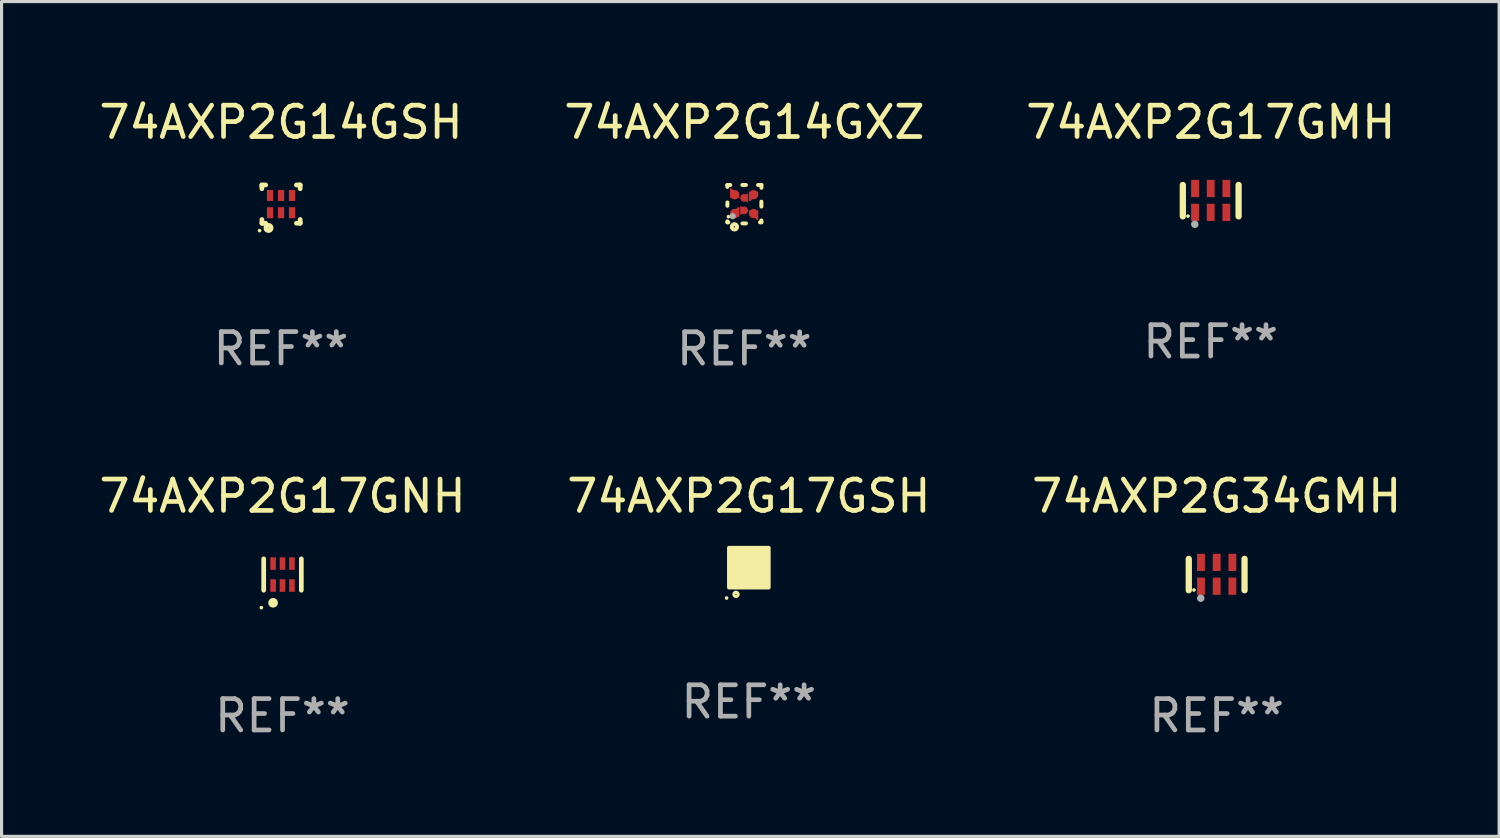
<source format=kicad_pcb>
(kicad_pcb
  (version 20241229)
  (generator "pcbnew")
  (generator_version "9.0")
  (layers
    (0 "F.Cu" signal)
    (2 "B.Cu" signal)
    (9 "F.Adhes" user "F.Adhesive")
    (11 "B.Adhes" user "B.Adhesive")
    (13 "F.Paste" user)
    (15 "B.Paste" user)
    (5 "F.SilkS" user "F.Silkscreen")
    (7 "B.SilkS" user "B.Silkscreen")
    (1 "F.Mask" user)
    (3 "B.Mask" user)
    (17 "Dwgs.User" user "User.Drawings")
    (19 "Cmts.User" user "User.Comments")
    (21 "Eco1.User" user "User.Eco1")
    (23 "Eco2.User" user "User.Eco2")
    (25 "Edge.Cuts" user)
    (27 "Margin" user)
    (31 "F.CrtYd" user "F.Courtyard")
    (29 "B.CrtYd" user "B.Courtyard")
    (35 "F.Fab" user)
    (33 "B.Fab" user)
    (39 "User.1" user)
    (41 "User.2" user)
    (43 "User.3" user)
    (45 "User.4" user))
  (footprint "74AXP2G14GXZ"
    (layer "F.Cu")
    (at 20.685 3.461)
    (property "Reference" "74AXP2G14GXZ" (at 0 -2.613 0) (layer "F.SilkS") (effects (font (size 1 1) (thickness 0.15))))
    (attr through_hole)
    (fp_line (start -0.542 -0.613) (end -0.451 -0.613) (stroke (width 0.127) (type solid)) (layer "F.SilkS"))
    (fp_line (start -0.542 -0.55) (end -0.542 -0.613) (stroke (width 0.127) (type solid)) (layer "F.SilkS"))
    (fp_line (start -0.542 0.05) (end -0.542 -0.055) (stroke (width 0.127) (type solid)) (layer "F.SilkS"))
    (fp_line (start -0.542 0.577) (end -0.542 0.545) (stroke (width 0.127) (type solid)) (layer "F.SilkS"))
    (fp_line (start -0.512 0.577) (end -0.542 0.577) (stroke (width 0.127) (type solid)) (layer "F.SilkS"))
    (fp_line (start -0.064 -0.613) (end 0.049 -0.613) (stroke (width 0.127) (type solid)) (layer "F.SilkS"))
    (fp_line (start -0.062 0.613) (end 0.051 0.613) (stroke (width 0.127) (type solid)) (layer "F.SilkS"))
    (fp_line (start 0.436 -0.613) (end 0.542 -0.613) (stroke (width 0.127) (type solid)) (layer "F.SilkS"))
    (fp_line (start 0.542 -0.613) (end 0.542 -0.524) (stroke (width 0.127) (type solid)) (layer "F.SilkS"))
    (fp_line (start 0.542 -0.081) (end 0.542 0.076) (stroke (width 0.127) (type solid)) (layer "F.SilkS"))
    (fp_line (start 0.542 0.519) (end 0.542 0.577) (stroke (width 0.127) (type solid)) (layer "F.SilkS"))
    (fp_line (start 0.542 0.577) (end 0.497 0.577) (stroke (width 0.127) (type solid)) (layer "F.SilkS"))
    (fp_circle (center -0.508 0.397) (end -0.478 0.397) (stroke (width 0.06) (type solid)) (fill no) (layer "F.SilkS"))
    (fp_circle (center -0.317 0.723) (end -0.296 0.723) (stroke (width 0.127) (type solid)) (fill no) (layer "F.SilkS"))
    (fp_circle (center -0.373 0.382) (end -0.322 0.382) (stroke (width 0.1) (type solid)) (fill no) (layer "F.Fab"))
    (fp_text user "REF**" (at 0 4.613 0) (layer "F.Fab") (effects (font (size 1 1) (thickness 0.15))))
    (pad "1" smd custom (at -0.308 0.298 90) (size 0.3 0.3) (layers "F.Cu" "F.Mask" "F.Paste") (options (anchor circle)) (primitives (gr_poly (pts (xy -0.1 0.15) (xy 0.2 0.15) (xy 0.2 0.1) (xy -0.05 -0.15) (xy -0.1 -0.15)) (width 0) (fill yes))))
    (pad "2" smd custom (at -0.008 0.197 90) (size 0.25 0.3) (layers "F.Cu" "F.Mask" "F.Paste") (options (anchor circle)) (primitives (gr_poly (pts (xy -0.15 -0.125) (xy 0.15 -0.125) (xy 0.000076 0.125)) (width 0) (fill yes))))
    (pad "3" smd custom (at 0.292 0.298 90) (size 0.3 0.3) (layers "F.Cu" "F.Mask" "F.Paste") (options (anchor circle)) (primitives (gr_poly (pts (xy 0.1 0.15) (xy 0.1 -0.15) (xy 0.05 -0.15) (xy -0.2 0.1) (xy -0.2 0.15)) (width 0) (fill yes))))
    (pad "4" smd custom (at 0.292 -0.302 90) (size 0.3 0.3) (layers "F.Cu" "F.Mask" "F.Paste") (options (anchor circle)) (primitives (gr_poly (pts (xy 0.1 -0.15) (xy -0.2 -0.15) (xy -0.2 -0.1) (xy 0.05 0.15) (xy 0.1 0.15)) (width 0) (fill yes))))
    (pad "5" smd custom (at -0.008 -0.202 90) (size 0.25 0.3) (layers "F.Cu" "F.Mask" "F.Paste") (options (anchor circle)) (primitives (gr_poly (pts (xy -0.15 0.125) (xy 0.15 0.125) (xy 0.000051 -0.125)) (width 0) (fill yes))))
    (pad "6" smd custom (at -0.308 -0.302 90) (size 0.3 0.3) (layers "F.Cu" "F.Mask" "F.Paste") (options (anchor circle)) (primitives (gr_poly (pts (xy -0.1 -0.15) (xy 0.2 -0.15) (xy 0.2 -0.1) (xy -0.05 0.15) (xy -0.1 0.15)) (width 0) (fill yes)))))
  (footprint "74AXP2G17GNH"
    (layer "F.Cu")
    (at 5.958 15.27)
    (property "Reference" "74AXP2G17GNH" (at 0 -2.5 0) (layer "F.SilkS") (effects (font (size 1 1) (thickness 0.15))))
    (attr through_hole)
    (fp_line (start -0.6 -0.5) (end -0.6 0.5) (stroke (width 0.15) (type solid)) (layer "F.SilkS"))
    (fp_line (start 0.6 0.5) (end 0.6 -0.5) (stroke (width 0.15) (type solid)) (layer "F.SilkS"))
    (fp_circle (center -0.675 1.055) (end -0.645 1.055) (stroke (width 0.06) (type solid)) (fill no) (layer "F.SilkS"))
    (fp_circle (center -0.3 0.9) (end -0.22 0.9) (stroke (width 0.15) (type solid)) (fill no) (layer "F.SilkS"))
    (fp_text user "REF**" (at 0 4.5 0) (layer "F.Fab") (effects (font (size 1 1) (thickness 0.15))))
    (pad "1" smd rect (at -0.3 0.35) (size 0.18 0.4) (layers "F.Cu" "F.Mask" "F.Paste"))
    (pad "2" smd rect (at 0.000025 0.35) (size 0.18 0.4) (layers "F.Cu" "F.Mask" "F.Paste"))
    (pad "3" smd rect (at 0.3 0.35) (size 0.18 0.4) (layers "F.Cu" "F.Mask" "F.Paste"))
    (pad "4" smd rect (at 0.3 -0.35) (size 0.18 0.4) (layers "F.Cu" "F.Mask" "F.Paste"))
    (pad "5" smd rect (at 0.000025 -0.35) (size 0.18 0.4) (layers "F.Cu" "F.Mask" "F.Paste"))
    (pad "6" smd rect (at -0.3 -0.35) (size 0.18 0.4) (layers "F.Cu" "F.Mask" "F.Paste")))
  (footprint "74AXP2G34GMH"
    (layer "F.Cu")
    (at 35.744 15.27)
    (property "Reference" "74AXP2G34GMH" (at 0 -2.5 0) (layer "F.SilkS") (effects (font (size 1 1) (thickness 0.15))))
    (attr through_hole)
    (fp_line (start -0.889 0.5) (end -0.889 -0.5) (stroke (width 0.2) (type solid)) (layer "F.SilkS"))
    (fp_line (start 0.889 0.5) (end 0.889 -0.5) (stroke (width 0.2) (type solid)) (layer "F.SilkS"))
    (fp_circle (center -0.725 0.492) (end -0.695 0.492) (stroke (width 0.06) (type solid)) (fill no) (layer "F.SilkS"))
    (fp_circle (center -0.508 0.754) (end -0.448 0.754) (stroke (width 0.12) (type solid)) (fill no) (layer "F.Fab"))
    (fp_text user "REF**" (at 0 4.5 0) (layer "F.Fab") (effects (font (size 1 1) (thickness 0.15))))
    (pad "1" smd rect (at -0.5 0.372) (size 0.25 0.55) (layers "F.Cu" "F.Mask" "F.Paste"))
    (pad "2" smd rect (at -0.000127 0.372) (size 0.25 0.55) (layers "F.Cu" "F.Mask" "F.Paste"))
    (pad "3" smd rect (at 0.5 0.372) (size 0.25 0.55) (layers "F.Cu" "F.Mask" "F.Paste"))
    (pad "4" smd rect (at 0.5 -0.388 180) (size 0.25 0.55) (layers "F.Cu" "F.Mask" "F.Paste"))
    (pad "5" smd rect (at -0.000127 -0.388 180) (size 0.25 0.55) (layers "F.Cu" "F.Mask" "F.Paste"))
    (pad "6" smd rect (at -0.5 -0.388 180) (size 0.25 0.55) (layers "F.Cu" "F.Mask" "F.Paste")))
  (footprint "74AXP2G17GMH"
    (layer "F.Cu")
    (at 35.554 3.348)
    (property "Reference" "74AXP2G17GMH" (at 0 -2.5 0) (layer "F.SilkS") (effects (font (size 1 1) (thickness 0.15))))
    (attr through_hole)
    (fp_line (start -0.889 0.5) (end -0.889 -0.5) (stroke (width 0.2) (type solid)) (layer "F.SilkS"))
    (fp_line (start 0.889 0.5) (end 0.889 -0.5) (stroke (width 0.2) (type solid)) (layer "F.SilkS"))
    (fp_circle (center -0.725 0.492) (end -0.695 0.492) (stroke (width 0.06) (type solid)) (fill no) (layer "F.SilkS"))
    (fp_circle (center -0.508 0.754) (end -0.448 0.754) (stroke (width 0.12) (type solid)) (fill no) (layer "F.Fab"))
    (fp_text user "REF**" (at 0 4.5 0) (layer "F.Fab") (effects (font (size 1 1) (thickness 0.15))))
    (pad "1" smd rect (at -0.5 0.372) (size 0.25 0.55) (layers "F.Cu" "F.Mask" "F.Paste"))
    (pad "2" smd rect (at -0.000127 0.372) (size 0.25 0.55) (layers "F.Cu" "F.Mask" "F.Paste"))
    (pad "3" smd rect (at 0.5 0.372) (size 0.25 0.55) (layers "F.Cu" "F.Mask" "F.Paste"))
    (pad "4" smd rect (at 0.5 -0.388 180) (size 0.25 0.55) (layers "F.Cu" "F.Mask" "F.Paste"))
    (pad "5" smd rect (at -0.000127 -0.388 180) (size 0.25 0.55) (layers "F.Cu" "F.Mask" "F.Paste"))
    (pad "6" smd rect (at -0.5 -0.388 180) (size 0.25 0.55) (layers "F.Cu" "F.Mask" "F.Paste")))
  (footprint "74AXP2G14GSH"
    (layer "F.Cu")
    (at 5.911 3.458)
    (property "Reference" "74AXP2G14GSH" (at 0 -2.61 0) (layer "F.SilkS") (effects (font (size 1 1) (thickness 0.15))))
    (attr through_hole)
    (fp_line (start -0.61 -0.61) (end -0.49 -0.61) (stroke (width 0.15) (type solid)) (layer "F.SilkS"))
    (fp_line (start -0.61 -0.58) (end -0.61 -0.61) (stroke (width 0.15) (type solid)) (layer "F.SilkS"))
    (fp_line (start -0.61 -0.49) (end -0.61 -0.58) (stroke (width 0.15) (type solid)) (layer "F.SilkS"))
    (fp_line (start -0.61 0.61) (end -0.61 0.491) (stroke (width 0.15) (type solid)) (layer "F.SilkS"))
    (fp_line (start -0.58 0.61) (end -0.61 0.61) (stroke (width 0.15) (type solid)) (layer "F.SilkS"))
    (fp_line (start -0.49 0.61) (end -0.58 0.61) (stroke (width 0.15) (type solid)) (layer "F.SilkS"))
    (fp_line (start 0.49 -0.61) (end 0.58 -0.61) (stroke (width 0.15) (type solid)) (layer "F.SilkS"))
    (fp_line (start 0.58 -0.61) (end 0.61 -0.61) (stroke (width 0.15) (type solid)) (layer "F.SilkS"))
    (fp_line (start 0.61 -0.61) (end 0.61 -0.49) (stroke (width 0.15) (type solid)) (layer "F.SilkS"))
    (fp_line (start 0.61 0.49) (end 0.61 0.58) (stroke (width 0.15) (type solid)) (layer "F.SilkS"))
    (fp_line (start 0.61 0.58) (end 0.61 0.61) (stroke (width 0.15) (type solid)) (layer "F.SilkS"))
    (fp_line (start 0.61 0.61) (end 0.491 0.61) (stroke (width 0.15) (type solid)) (layer "F.SilkS"))
    (fp_circle (center -0.685 0.845) (end -0.655 0.845) (stroke (width 0.06) (type solid)) (fill no) (layer "F.SilkS"))
    (fp_circle (center -0.4 0.76) (end -0.39 0.76) (stroke (width 0.15) (type solid)) (fill no) (layer "F.SilkS"))
    (fp_text user "REF**" (at 0 4.61 0) (layer "F.Fab") (effects (font (size 1 1) (thickness 0.15))))
    (pad "1" smd rect (at -0.35 0.275) (size 0.2 0.35) (layers "F.Cu" "F.Mask" "F.Paste"))
    (pad "2" smd rect (at -0.000038 0.275) (size 0.2 0.35) (layers "F.Cu" "F.Mask" "F.Paste"))
    (pad "3" smd rect (at 0.35 0.275) (size 0.2 0.35) (layers "F.Cu" "F.Mask" "F.Paste"))
    (pad "4" smd rect (at 0.35 -0.275) (size 0.2 0.35) (layers "F.Cu" "F.Mask" "F.Paste"))
    (pad "5" smd rect (at -0.000038 -0.275) (size 0.2 0.35) (layers "F.Cu" "F.Mask" "F.Paste"))
    (pad "6" smd rect (at -0.35 -0.275) (size 0.2 0.35) (layers "F.Cu" "F.Mask" "F.Paste")))
  (footprint "74AXP2G17GSH"
    (layer "F.Cu")
    (at 20.827 15.05)
    (property "Reference" "74AXP2G17GSH" (at 0 -2.28 0) (layer "F.SilkS") (effects (font (size 1 1) (thickness 0.15))))
    (attr through_hole)
    (fp_circle (center -0.71 0.968) (end -0.68 0.968) (stroke (width 0.06) (type solid)) (fill no) (layer "F.SilkS"))
    (fp_circle (center -0.41 0.85) (end -0.342 0.85) (stroke (width 0.1) (type solid)) (fill no) (layer "F.SilkS"))
    (fp_poly (pts (xy -0.635 -0.635) (xy 0.635 -0.635) (xy 0.635 0.635) (xy -0.635 0.635)) (stroke (width 0.12) (type solid)) (fill yes) (layer "F.SilkS"))
    (fp_text user "REF**" (at 0 4.28 0) (layer "F.Fab") (effects (font (size 1 1) (thickness 0.15))))
    (pad "1" smd rect (at -0.35 0.28 90) (size 0.35 0.2) (layers "F.Cu" "F.Mask" "F.Paste"))
    (pad "2" smd rect (at 0 0.28 90) (size 0.35 0.2) (layers "F.Cu" "F.Mask" "F.Paste"))
    (pad "3" smd rect (at 0.35 0.28 90) (size 0.35 0.2) (layers "F.Cu" "F.Mask" "F.Paste"))
    (pad "4" smd rect (at 0.35 -0.28 90) (size 0.35 0.2) (layers "F.Cu" "F.Mask" "F.Paste"))
    (pad "5" smd rect (at 0 -0.28 90) (size 0.35 0.2) (layers "F.Cu" "F.Mask" "F.Paste"))
    (pad "6" smd rect (at -0.35 -0.28 90) (size 0.35 0.2) (layers "F.Cu" "F.Mask" "F.Paste")))
  (gr_rect
    (start -3 -3)
    (end 44.75 23.618)
    (stroke (width 0.1) (type default))
    (fill no)
    (layer "Edge.Cuts")))
</source>
